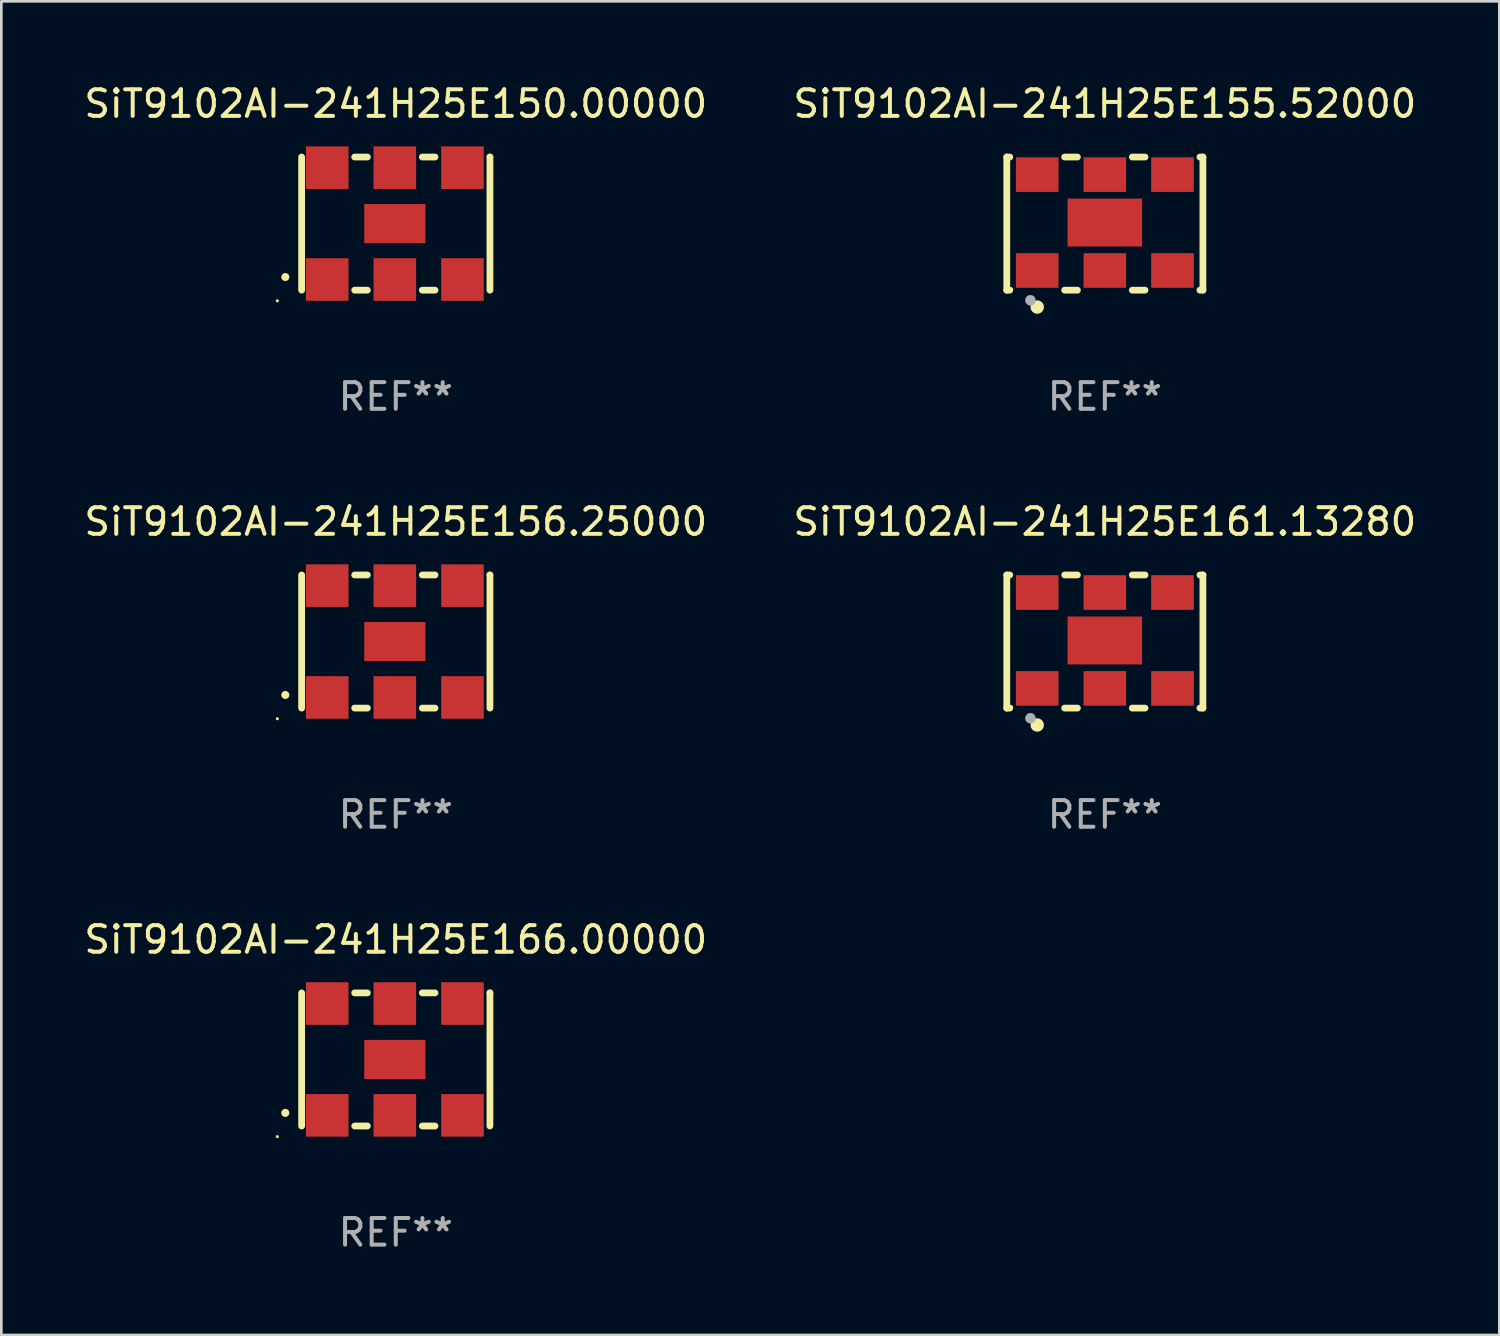
<source format=kicad_pcb>
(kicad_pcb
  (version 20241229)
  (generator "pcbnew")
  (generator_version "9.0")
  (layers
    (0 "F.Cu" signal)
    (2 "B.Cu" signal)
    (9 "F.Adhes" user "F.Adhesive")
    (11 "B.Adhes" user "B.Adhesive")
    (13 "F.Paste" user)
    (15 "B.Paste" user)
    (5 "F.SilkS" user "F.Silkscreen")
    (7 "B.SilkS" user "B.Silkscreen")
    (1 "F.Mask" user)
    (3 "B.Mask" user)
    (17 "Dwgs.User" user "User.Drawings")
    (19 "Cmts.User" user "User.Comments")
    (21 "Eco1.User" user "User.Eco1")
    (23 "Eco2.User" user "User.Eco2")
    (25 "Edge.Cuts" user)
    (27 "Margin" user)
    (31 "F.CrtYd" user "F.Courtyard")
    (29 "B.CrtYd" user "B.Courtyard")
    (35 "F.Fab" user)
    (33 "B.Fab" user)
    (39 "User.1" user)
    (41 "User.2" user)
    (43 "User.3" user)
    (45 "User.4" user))
  (footprint "SiT9102AI-241H25E156.25000"
    (layer "F.Cu")
    (at 11.815 21.045)
    (property "Reference" "SiT9102AI-241H25E156.25000" (at 0 -4.5 0) (layer "F.SilkS") (effects (font (size 1 1) (thickness 0.15))))
    (attr through_hole)
    (fp_line (start -3.536 -2.5) (end -3.536 2.5) (stroke (width 0.254) (type solid)) (layer "F.SilkS"))
    (fp_line (start -1.544 2.5) (end -1.067 2.5) (stroke (width 0.254) (type solid)) (layer "F.SilkS"))
    (fp_line (start -1.067 -2.5) (end -1.544 -2.5) (stroke (width 0.254) (type solid)) (layer "F.SilkS"))
    (fp_line (start 0.996 2.5) (end 1.473 2.5) (stroke (width 0.254) (type solid)) (layer "F.SilkS"))
    (fp_line (start 1.473 -2.5) (end 0.996 -2.5) (stroke (width 0.254) (type solid)) (layer "F.SilkS"))
    (fp_line (start 3.536 -2.5) (end 3.536 -2.5) (stroke (width 0.254) (type solid)) (layer "F.SilkS"))
    (fp_line (start 3.536 2.5) (end 3.536 -2.5) (stroke (width 0.254) (type solid)) (layer "F.SilkS"))
    (fp_arc (start -4.150432 2.006604) (mid -4.149162 2.006599) (end -4.147892 2.006604) (stroke (width 0.3) (type solid)) (layer "F.SilkS"))
    (fp_circle (center -4.449 2.9) (end -4.419 2.9) (stroke (width 0.06) (type solid)) (fill no) (layer "F.SilkS"))
    (fp_text user "REF**" (at 0 6.5 0) (layer "F.Fab") (effects (font (size 1 1) (thickness 0.15))))
    (pad "1" smd rect (at -2.576 2.1) (size 1.6 1.6) (layers "F.Cu" "F.Mask" "F.Paste"))
    (pad "2" smd rect (at -0.036 2.1) (size 1.6 1.6) (layers "F.Cu" "F.Mask" "F.Paste"))
    (pad "3" smd rect (at 2.504 2.1) (size 1.6 1.6) (layers "F.Cu" "F.Mask" "F.Paste"))
    (pad "4" smd rect (at 2.504 -2.1) (size 1.6 1.6) (layers "F.Cu" "F.Mask" "F.Paste"))
    (pad "5" smd rect (at -0.036 -2.1) (size 1.6 1.6) (layers "F.Cu" "F.Mask" "F.Paste"))
    (pad "6" smd rect (at -2.576 -2.1) (size 1.6 1.6) (layers "F.Cu" "F.Mask" "F.Paste"))
    (pad "7" smd rect (at -0.036 0) (size 2.3 1.47) (layers "F.Cu" "F.Mask" "F.Paste")))
  (footprint "SiT9102AI-241H25E161.13280"
    (layer "F.Cu")
    (at 38.446 21.045)
    (property "Reference" "SiT9102AI-241H25E161.13280" (at 0 -4.5 0) (layer "F.SilkS") (effects (font (size 1 1) (thickness 0.15))))
    (attr through_hole)
    (fp_line (start -3.683 -2.5) (end -3.571 -2.5) (stroke (width 0.254) (type solid)) (layer "F.SilkS"))
    (fp_line (start -3.683 2.5) (end -3.683 -2.5) (stroke (width 0.254) (type solid)) (layer "F.SilkS"))
    (fp_line (start -3.683 2.5) (end -3.571 2.5) (stroke (width 0.254) (type solid)) (layer "F.SilkS"))
    (fp_line (start -1.509 -2.5) (end -1.031 -2.5) (stroke (width 0.254) (type solid)) (layer "F.SilkS"))
    (fp_line (start -1.509 2.5) (end -1.031 2.5) (stroke (width 0.254) (type solid)) (layer "F.SilkS"))
    (fp_line (start 1.031 -2.5) (end 1.509 -2.5) (stroke (width 0.254) (type solid)) (layer "F.SilkS"))
    (fp_line (start 1.031 2.5) (end 1.509 2.5) (stroke (width 0.254) (type solid)) (layer "F.SilkS"))
    (fp_line (start 3.571 -2.5) (end 3.683 -2.5) (stroke (width 0.254) (type solid)) (layer "F.SilkS"))
    (fp_line (start 3.571 2.5) (end 3.683 2.5) (stroke (width 0.254) (type solid)) (layer "F.SilkS"))
    (fp_line (start 3.683 2.5) (end 3.683 -2.5) (stroke (width 0.254) (type solid)) (layer "F.SilkS"))
    (fp_circle (center -3.5 2.46) (end -3.47 2.46) (stroke (width 0.06) (type solid)) (fill no) (layer "F.SilkS"))
    (fp_circle (center -2.54 3.135) (end -2.413 3.135) (stroke (width 0.254) (type solid)) (fill no) (layer "F.SilkS"))
    (fp_circle (center -2.794 2.881) (end -2.694 2.881) (stroke (width 0.2) (type solid)) (fill no) (layer "F.Fab"))
    (fp_text user "REF**" (at 0 6.5 0) (layer "F.Fab") (effects (font (size 1 1) (thickness 0.15))))
    (pad "1" smd rect (at -2.54 1.76) (size 1.6 1.3) (layers "F.Cu" "F.Mask" "F.Paste"))
    (pad "2" smd rect (at 0 1.76) (size 1.6 1.3) (layers "F.Cu" "F.Mask" "F.Paste"))
    (pad "3" smd rect (at 2.54 1.76) (size 1.6 1.3) (layers "F.Cu" "F.Mask" "F.Paste"))
    (pad "4" smd rect (at 2.54 -1.84) (size 1.6 1.3) (layers "F.Cu" "F.Mask" "F.Paste"))
    (pad "5" smd rect (at 0 -1.84) (size 1.6 1.3) (layers "F.Cu" "F.Mask" "F.Paste"))
    (pad "6" smd rect (at -2.54 -1.84) (size 1.6 1.3) (layers "F.Cu" "F.Mask" "F.Paste"))
    (pad "7" smd rect (at 0 -0.04) (size 2.8 1.8) (layers "F.Cu" "F.Mask" "F.Paste")))
  (footprint "SiT9102AI-241H25E166.00000"
    (layer "F.Cu")
    (at 11.815 36.741)
    (property "Reference" "SiT9102AI-241H25E166.00000" (at 0 -4.5 0) (layer "F.SilkS") (effects (font (size 1 1) (thickness 0.15))))
    (attr through_hole)
    (fp_line (start -3.536 -2.5) (end -3.536 2.5) (stroke (width 0.254) (type solid)) (layer "F.SilkS"))
    (fp_line (start -1.544 2.5) (end -1.067 2.5) (stroke (width 0.254) (type solid)) (layer "F.SilkS"))
    (fp_line (start -1.067 -2.5) (end -1.544 -2.5) (stroke (width 0.254) (type solid)) (layer "F.SilkS"))
    (fp_line (start 0.996 2.5) (end 1.473 2.5) (stroke (width 0.254) (type solid)) (layer "F.SilkS"))
    (fp_line (start 1.473 -2.5) (end 0.996 -2.5) (stroke (width 0.254) (type solid)) (layer "F.SilkS"))
    (fp_line (start 3.536 -2.5) (end 3.536 -2.5) (stroke (width 0.254) (type solid)) (layer "F.SilkS"))
    (fp_line (start 3.536 2.5) (end 3.536 -2.5) (stroke (width 0.254) (type solid)) (layer "F.SilkS"))
    (fp_arc (start -4.150432 2.006604) (mid -4.149162 2.006599) (end -4.147892 2.006604) (stroke (width 0.3) (type solid)) (layer "F.SilkS"))
    (fp_circle (center -4.449 2.9) (end -4.419 2.9) (stroke (width 0.06) (type solid)) (fill no) (layer "F.SilkS"))
    (fp_text user "REF**" (at 0 6.5 0) (layer "F.Fab") (effects (font (size 1 1) (thickness 0.15))))
    (pad "1" smd rect (at -2.576 2.1) (size 1.6 1.6) (layers "F.Cu" "F.Mask" "F.Paste"))
    (pad "2" smd rect (at -0.036 2.1) (size 1.6 1.6) (layers "F.Cu" "F.Mask" "F.Paste"))
    (pad "3" smd rect (at 2.504 2.1) (size 1.6 1.6) (layers "F.Cu" "F.Mask" "F.Paste"))
    (pad "4" smd rect (at 2.504 -2.1) (size 1.6 1.6) (layers "F.Cu" "F.Mask" "F.Paste"))
    (pad "5" smd rect (at -0.036 -2.1) (size 1.6 1.6) (layers "F.Cu" "F.Mask" "F.Paste"))
    (pad "6" smd rect (at -2.576 -2.1) (size 1.6 1.6) (layers "F.Cu" "F.Mask" "F.Paste"))
    (pad "7" smd rect (at -0.036 0) (size 2.3 1.47) (layers "F.Cu" "F.Mask" "F.Paste")))
  (footprint "SiT9102AI-241H25E155.52000"
    (layer "F.Cu")
    (at 38.446 5.348)
    (property "Reference" "SiT9102AI-241H25E155.52000" (at 0 -4.5 0) (layer "F.SilkS") (effects (font (size 1 1) (thickness 0.15))))
    (attr through_hole)
    (fp_line (start -3.683 -2.5) (end -3.571 -2.5) (stroke (width 0.254) (type solid)) (layer "F.SilkS"))
    (fp_line (start -3.683 2.5) (end -3.683 -2.5) (stroke (width 0.254) (type solid)) (layer "F.SilkS"))
    (fp_line (start -3.683 2.5) (end -3.571 2.5) (stroke (width 0.254) (type solid)) (layer "F.SilkS"))
    (fp_line (start -1.509 -2.5) (end -1.031 -2.5) (stroke (width 0.254) (type solid)) (layer "F.SilkS"))
    (fp_line (start -1.509 2.5) (end -1.031 2.5) (stroke (width 0.254) (type solid)) (layer "F.SilkS"))
    (fp_line (start 1.031 -2.5) (end 1.509 -2.5) (stroke (width 0.254) (type solid)) (layer "F.SilkS"))
    (fp_line (start 1.031 2.5) (end 1.509 2.5) (stroke (width 0.254) (type solid)) (layer "F.SilkS"))
    (fp_line (start 3.571 -2.5) (end 3.683 -2.5) (stroke (width 0.254) (type solid)) (layer "F.SilkS"))
    (fp_line (start 3.571 2.5) (end 3.683 2.5) (stroke (width 0.254) (type solid)) (layer "F.SilkS"))
    (fp_line (start 3.683 2.5) (end 3.683 -2.5) (stroke (width 0.254) (type solid)) (layer "F.SilkS"))
    (fp_circle (center -3.5 2.46) (end -3.47 2.46) (stroke (width 0.06) (type solid)) (fill no) (layer "F.SilkS"))
    (fp_circle (center -2.54 3.135) (end -2.413 3.135) (stroke (width 0.254) (type solid)) (fill no) (layer "F.SilkS"))
    (fp_circle (center -2.794 2.881) (end -2.694 2.881) (stroke (width 0.2) (type solid)) (fill no) (layer "F.Fab"))
    (fp_text user "REF**" (at 0 6.5 0) (layer "F.Fab") (effects (font (size 1 1) (thickness 0.15))))
    (pad "1" smd rect (at -2.54 1.76) (size 1.6 1.3) (layers "F.Cu" "F.Mask" "F.Paste"))
    (pad "2" smd rect (at 0 1.76) (size 1.6 1.3) (layers "F.Cu" "F.Mask" "F.Paste"))
    (pad "3" smd rect (at 2.54 1.76) (size 1.6 1.3) (layers "F.Cu" "F.Mask" "F.Paste"))
    (pad "4" smd rect (at 2.54 -1.84) (size 1.6 1.3) (layers "F.Cu" "F.Mask" "F.Paste"))
    (pad "5" smd rect (at 0 -1.84) (size 1.6 1.3) (layers "F.Cu" "F.Mask" "F.Paste"))
    (pad "6" smd rect (at -2.54 -1.84) (size 1.6 1.3) (layers "F.Cu" "F.Mask" "F.Paste"))
    (pad "7" smd rect (at 0 -0.04) (size 2.8 1.8) (layers "F.Cu" "F.Mask" "F.Paste")))
  (footprint "SiT9102AI-241H25E150.00000"
    (layer "F.Cu")
    (at 11.815 5.348)
    (property "Reference" "SiT9102AI-241H25E150.00000" (at 0 -4.5 0) (layer "F.SilkS") (effects (font (size 1 1) (thickness 0.15))))
    (attr through_hole)
    (fp_line (start -3.536 -2.5) (end -3.536 2.5) (stroke (width 0.254) (type solid)) (layer "F.SilkS"))
    (fp_line (start -1.544 2.5) (end -1.067 2.5) (stroke (width 0.254) (type solid)) (layer "F.SilkS"))
    (fp_line (start -1.067 -2.5) (end -1.544 -2.5) (stroke (width 0.254) (type solid)) (layer "F.SilkS"))
    (fp_line (start 0.996 2.5) (end 1.473 2.5) (stroke (width 0.254) (type solid)) (layer "F.SilkS"))
    (fp_line (start 1.473 -2.5) (end 0.996 -2.5) (stroke (width 0.254) (type solid)) (layer "F.SilkS"))
    (fp_line (start 3.536 -2.5) (end 3.536 -2.5) (stroke (width 0.254) (type solid)) (layer "F.SilkS"))
    (fp_line (start 3.536 2.5) (end 3.536 -2.5) (stroke (width 0.254) (type solid)) (layer "F.SilkS"))
    (fp_arc (start -4.150432 2.006604) (mid -4.149162 2.006599) (end -4.147892 2.006604) (stroke (width 0.3) (type solid)) (layer "F.SilkS"))
    (fp_circle (center -4.449 2.9) (end -4.419 2.9) (stroke (width 0.06) (type solid)) (fill no) (layer "F.SilkS"))
    (fp_text user "REF**" (at 0 6.5 0) (layer "F.Fab") (effects (font (size 1 1) (thickness 0.15))))
    (pad "1" smd rect (at -2.576 2.1) (size 1.6 1.6) (layers "F.Cu" "F.Mask" "F.Paste"))
    (pad "2" smd rect (at -0.036 2.1) (size 1.6 1.6) (layers "F.Cu" "F.Mask" "F.Paste"))
    (pad "3" smd rect (at 2.504 2.1) (size 1.6 1.6) (layers "F.Cu" "F.Mask" "F.Paste"))
    (pad "4" smd rect (at 2.504 -2.1) (size 1.6 1.6) (layers "F.Cu" "F.Mask" "F.Paste"))
    (pad "5" smd rect (at -0.036 -2.1) (size 1.6 1.6) (layers "F.Cu" "F.Mask" "F.Paste"))
    (pad "6" smd rect (at -2.576 -2.1) (size 1.6 1.6) (layers "F.Cu" "F.Mask" "F.Paste"))
    (pad "7" smd rect (at -0.036 0) (size 2.3 1.47) (layers "F.Cu" "F.Mask" "F.Paste")))
  (gr_rect
    (start -3 -3)
    (end 53.262 47.09)
    (stroke (width 0.1) (type default))
    (fill no)
    (layer "Edge.Cuts")))
</source>
